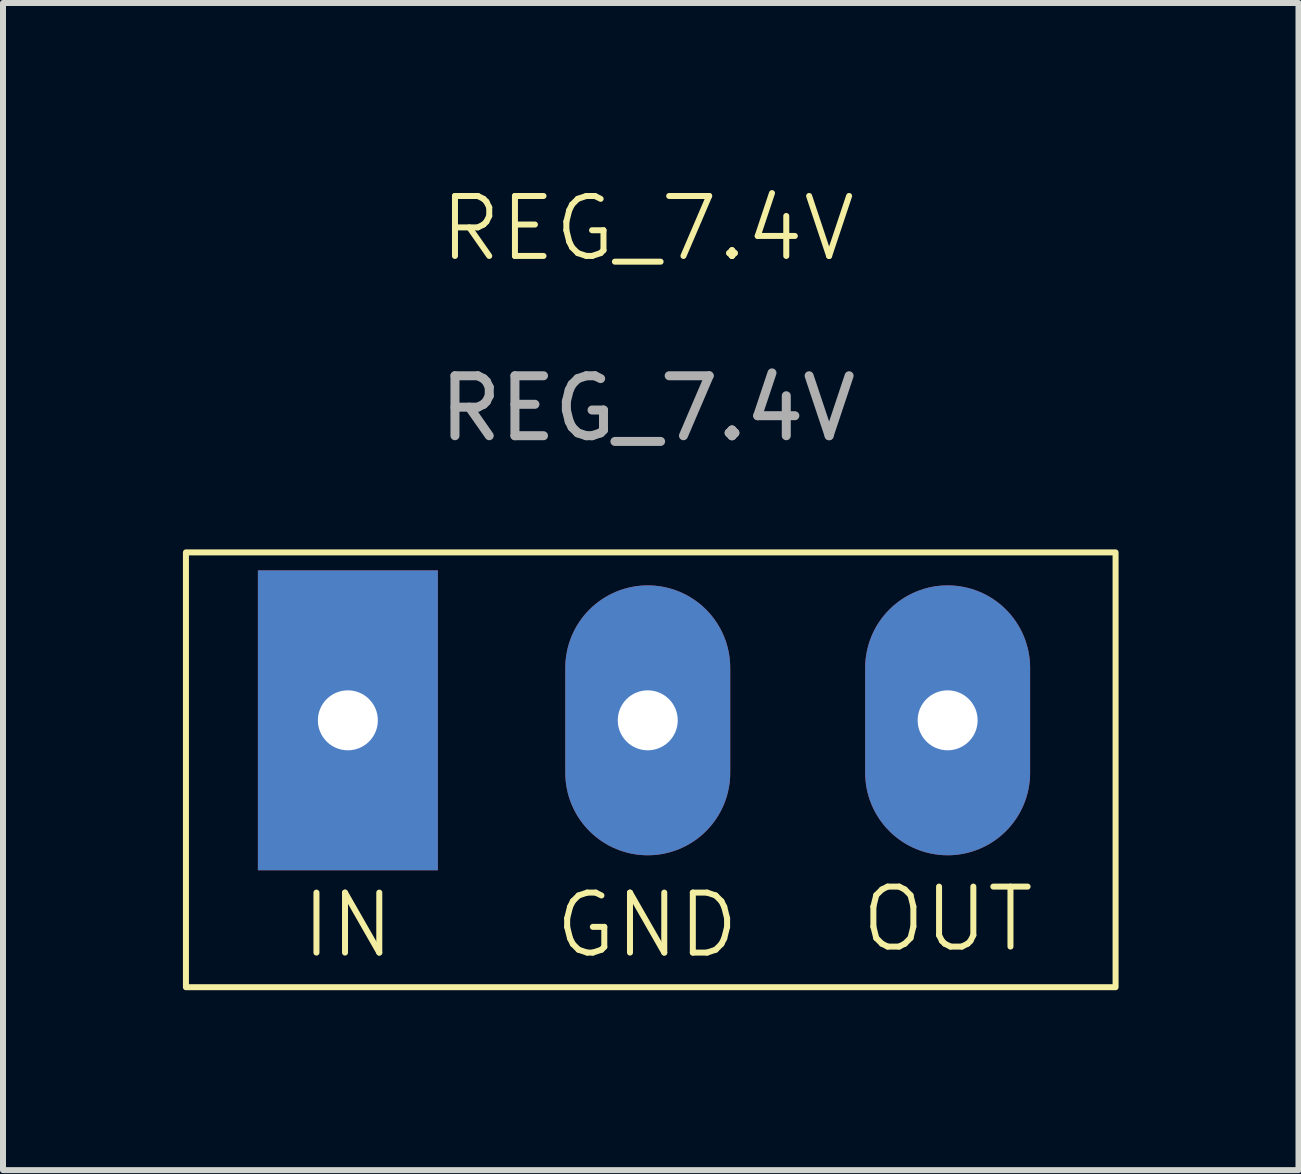
<source format=kicad_pcb>
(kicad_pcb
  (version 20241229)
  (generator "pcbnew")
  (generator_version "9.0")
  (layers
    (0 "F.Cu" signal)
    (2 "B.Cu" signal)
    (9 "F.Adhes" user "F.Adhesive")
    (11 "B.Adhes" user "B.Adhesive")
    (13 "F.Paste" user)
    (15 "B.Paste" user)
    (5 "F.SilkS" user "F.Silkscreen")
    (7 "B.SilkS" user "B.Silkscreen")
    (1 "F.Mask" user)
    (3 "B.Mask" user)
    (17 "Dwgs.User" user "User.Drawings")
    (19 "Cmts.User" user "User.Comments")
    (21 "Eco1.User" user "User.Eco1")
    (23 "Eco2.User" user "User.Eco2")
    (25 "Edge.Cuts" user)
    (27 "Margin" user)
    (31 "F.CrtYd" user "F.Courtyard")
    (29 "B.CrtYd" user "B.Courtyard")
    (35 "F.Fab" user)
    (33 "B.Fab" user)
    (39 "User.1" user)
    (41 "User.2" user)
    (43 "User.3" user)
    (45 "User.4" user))
  (footprint "REG_7.4V"
    (layer "F.Cu")
    (at 7.75 8.96)
    (property "Reference" "REG_7.4V" (at 0 -8.2 0) (unlocked yes) (layer "F.SilkS") (effects (font (size 1 1) (thickness 0.1))))
    (attr through_hole)
    (fp_rect (start -7.7 -2.8) (end 7.8 4.45) (stroke (width 0.1) (type default)) (fill no) (layer "F.SilkS"))
    (fp_text user "GND" (at -1.6 4 0) (unlocked yes) (layer "F.SilkS") (effects (font (size 1 1) (thickness 0.1)) (justify left bottom)))
    (fp_text user "IN" (at -5 4 0) (unlocked yes) (layer "F.SilkS") (effects (font (size 1 1) (thickness 0.1)) (justify bottom)))
    (fp_text user "OUT" (at 5 3.9 0) (unlocked yes) (layer "F.SilkS") (effects (font (size 1 1) (thickness 0.1)) (justify bottom)))
    (fp_text user "${REFERENCE}" (at 0 -5.2 0) (unlocked yes) (layer "F.Fab") (effects (font (size 1 1) (thickness 0.15))))
    (pad "1" thru_hole rect (at -5 0) (size 3 5) (drill 1) (layers "*.Cu" "*.Mask"))
    (pad "2" thru_hole oval (at 0 0) (size 2.75 4.5) (drill 1) (layers "*.Cu" "*.Mask"))
    (pad "3" thru_hole oval (at 5 0) (size 2.75 4.5) (drill 1) (layers "*.Cu" "*.Mask")))
  (gr_rect
    (start -3 -3)
    (end 18.6 16.46)
    (stroke (width 0.1) (type default))
    (fill no)
    (layer "Edge.Cuts")))
</source>
